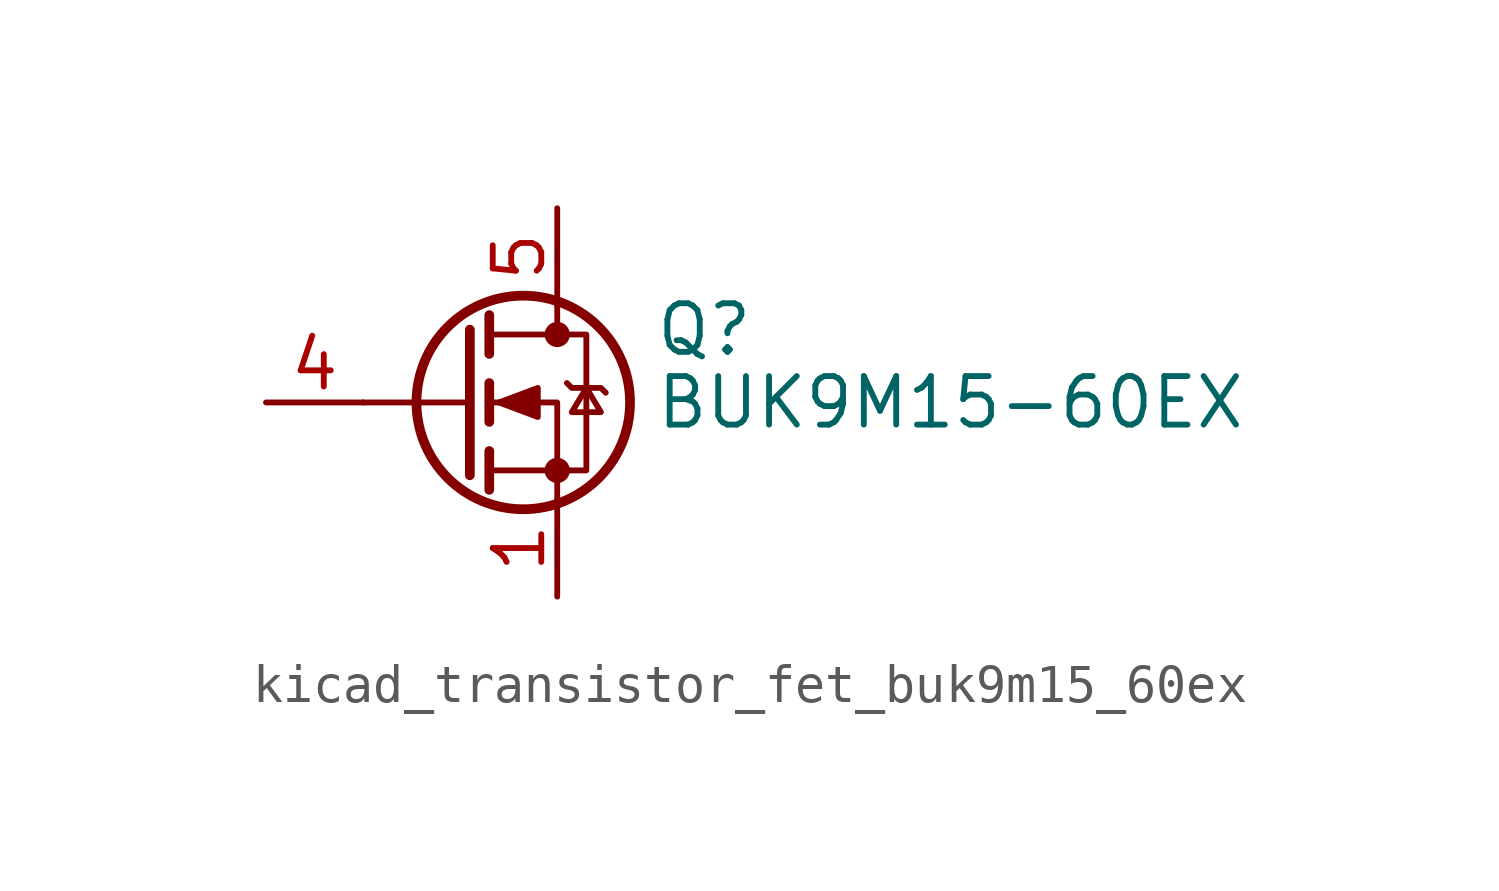
<source format=kicad_sym>
(kicad_symbol_lib
  (version 20220914)
  (generator kicad_symbol_editor)
  (symbol "kicad_transistor_fet_buk9m15_60ex"
    (pin_names hide)
    (property "Reference" "Q"
      (at 5.08 1.905 0)
      (effects (font (size 1.27 1.27)) (justify left)))
    (property "Value" "BUK9M15-60EX"
      (at 5.08 0 0)
      (effects (font (size 1.27 1.27)) (justify left)))
    (symbol "kicad_transistor_fet_buk9m15_60ex_0_1"
      (polyline (pts (xy 0.254 0) (xy -2.54 0)) (stroke (width 0) (type default)) (fill (type none)))
      (polyline (pts (xy 0.254 1.905) (xy 0.254 -1.905)) (stroke (width 0.254) (type default)) (fill (type none)))
      (polyline (pts (xy 0.762 -1.27) (xy 0.762 -2.286)) (stroke (width 0.254) (type default)) (fill (type none)))
      (polyline (pts (xy 0.762 0.508) (xy 0.762 -0.508)) (stroke (width 0.254) (type default)) (fill (type none)))
      (polyline (pts (xy 0.762 2.286) (xy 0.762 1.27)) (stroke (width 0.254) (type default)) (fill (type none)))
      (polyline (pts (xy 2.54 2.54) (xy 2.54 1.778)) (stroke (width 0) (type default)) (fill (type none)))
      (polyline (pts (xy 2.54 -2.54) (xy 2.54 0) (xy 0.762 0)) (stroke (width 0) (type default)) (fill (type none)))
      (polyline (pts (xy 0.762 -1.778) (xy 3.302 -1.778) (xy 3.302 1.778) (xy 0.762 1.778)) (stroke (width 0) (type default)) (fill (type none)))
      (polyline (pts (xy 1.016 0) (xy 2.032 0.381) (xy 2.032 -0.381) (xy 1.016 0)) (stroke (width 0) (type default)) (fill (type outline)))
      (polyline (pts (xy 2.794 0.508) (xy 2.921 0.381) (xy 3.683 0.381) (xy 3.81 0.254)) (stroke (width 0) (type default)) (fill (type none)))
      (polyline (pts (xy 3.302 0.381) (xy 2.921 -0.254) (xy 3.683 -0.254) (xy 3.302 0.381)) (stroke (width 0) (type default)) (fill (type none)))
      (circle (center 1.651 0) (radius 2.794) (stroke (width 0.254) (type default)) (fill (type none)))
      (circle (center 2.54 -1.778) (radius 0.254) (stroke (width 0) (type default)) (fill (type outline)))
      (circle (center 2.54 1.778) (radius 0.254) (stroke (width 0) (type default)) (fill (type outline))))
    (symbol "kicad_transistor_fet_buk9m15_60ex_1_1"
      (pin passive line (at 2.54 -5.08 90) (length 2.54) (name "S" (effects (font (size 1.27 1.27)))) (number "1" (effects (font (size 1.27 1.27)))))
      (pin passive line (at 2.54 -5.08 90) (length 2.54) hide (name "S" (effects (font (size 1.27 1.27)))) (number "2" (effects (font (size 1.27 1.27)))))
      (pin passive line (at 2.54 -5.08 90) (length 2.54) hide (name "S" (effects (font (size 1.27 1.27)))) (number "3" (effects (font (size 1.27 1.27)))))
      (pin passive line (at -5.08 0 0) (length 2.54) (name "G" (effects (font (size 1.27 1.27)))) (number "4" (effects (font (size 1.27 1.27)))))
      (pin passive line (at 2.54 5.08 270) (length 2.54) (name "D" (effects (font (size 1.27 1.27)))) (number "5" (effects (font (size 1.27 1.27))))))))
</source>
